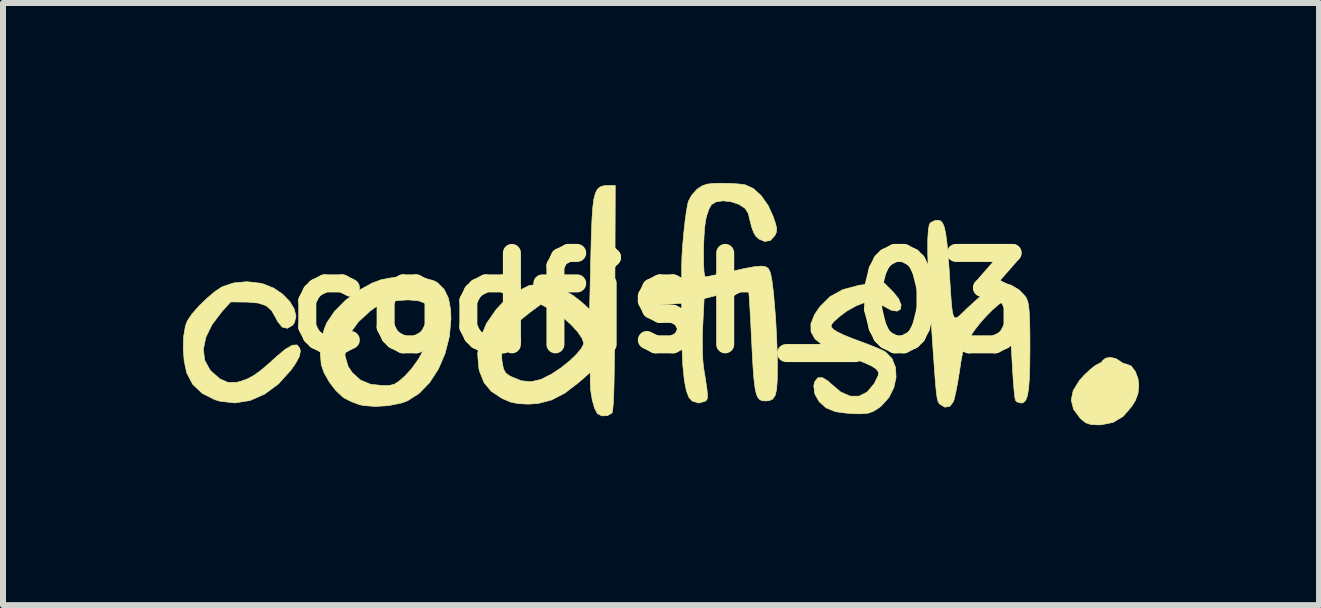
<source format=kicad_pcb>
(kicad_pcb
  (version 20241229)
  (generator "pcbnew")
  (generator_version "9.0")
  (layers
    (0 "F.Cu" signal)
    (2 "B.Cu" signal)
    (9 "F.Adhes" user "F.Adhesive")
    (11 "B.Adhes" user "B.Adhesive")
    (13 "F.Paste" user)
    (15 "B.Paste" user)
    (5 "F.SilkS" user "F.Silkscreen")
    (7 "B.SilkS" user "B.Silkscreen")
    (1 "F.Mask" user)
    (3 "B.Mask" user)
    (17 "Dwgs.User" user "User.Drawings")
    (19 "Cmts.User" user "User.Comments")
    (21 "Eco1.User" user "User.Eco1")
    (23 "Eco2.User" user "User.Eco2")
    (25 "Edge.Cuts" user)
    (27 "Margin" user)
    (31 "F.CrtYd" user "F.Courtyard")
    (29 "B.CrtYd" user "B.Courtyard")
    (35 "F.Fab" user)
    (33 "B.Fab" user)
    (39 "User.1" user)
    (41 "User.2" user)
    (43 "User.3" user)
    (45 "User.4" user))
  (footprint "codfish_03"
    (layer "F.Cu")
    (at 7.951 2.001)
    (property "Reference" "codfish_03" (at 0 0 0) (layer "F.SilkS") (effects (font (size 1.524 1.524) (thickness 0.3))))
    (attr through_hole)
    (fp_poly (pts (xy 7.598 0.925) (xy 7.656 0.962) (xy 7.726 1.008) (xy 7.767 1.016) (xy 7.853 1.049) (xy 7.924 1.138) (xy 7.971 1.265) (xy 7.983 1.38) (xy 7.97 1.51) (xy 7.925 1.628) (xy 7.865 1.725) (xy 7.722 1.891) (xy 7.557 1.99) (xy 7.36 2.03) (xy 7.306 2.032) (xy 7.183 2.025) (xy 7.098 1.997) (xy 7.02 1.934) (xy 7.006 1.92) (xy 6.896 1.772) (xy 6.857 1.619) (xy 6.89 1.459) (xy 6.995 1.29) (xy 7.079 1.198) (xy 7.176 1.107) (xy 7.258 1.042) (xy 7.308 1.016) (xy 7.309 1.016) (xy 7.364 0.987) (xy 7.379 0.962) (xy 7.428 0.921) (xy 7.506 0.907) (xy 7.598 0.925)) (stroke (width 0.01) (type solid)) (fill yes) (layer "F.SilkS"))
    (fp_poly (pts (xy -6.662 -0.33) (xy -6.601 -0.314) (xy -6.432 -0.244) (xy -6.286 -0.144) (xy -6.171 -0.025) (xy -6.096 0.1) (xy -6.067 0.223) (xy -6.093 0.33) (xy -6.123 0.37) (xy -6.21 0.422) (xy -6.294 0.403) (xy -6.37 0.313) (xy -6.401 0.252) (xy -6.473 0.126) (xy -6.565 0.045) (xy -6.695 0.001) (xy -6.876 -0.015) (xy -6.902 -0.015) (xy -7.156 -0.018) (xy -7.303 0.145) (xy -7.467 0.361) (xy -7.57 0.572) (xy -7.611 0.772) (xy -7.589 0.954) (xy -7.503 1.112) (xy -7.474 1.144) (xy -7.335 1.265) (xy -7.204 1.323) (xy -7.065 1.325) (xy -6.992 1.307) (xy -6.881 1.267) (xy -6.775 1.211) (xy -6.658 1.128) (xy -6.517 1.008) (xy -6.394 0.896) (xy -6.242 0.769) (xy -6.128 0.704) (xy -6.049 0.699) (xy -6.004 0.755) (xy -5.994 0.801) (xy -6.008 0.884) (xy -6.067 0.998) (xy -6.152 1.12) (xy -6.36 1.35) (xy -6.59 1.519) (xy -6.833 1.626) (xy -7.085 1.666) (xy -7.337 1.637) (xy -7.422 1.611) (xy -7.632 1.505) (xy -7.789 1.355) (xy -7.887 1.168) (xy -7.891 1.153) (xy -7.931 0.964) (xy -7.946 0.757) (xy -7.939 0.555) (xy -7.91 0.384) (xy -7.878 0.298) (xy -7.802 0.185) (xy -7.686 0.053) (xy -7.548 -0.081) (xy -7.411 -0.196) (xy -7.296 -0.271) (xy -7.107 -0.334) (xy -6.887 -0.355) (xy -6.662 -0.33)) (stroke (width 0.01) (type solid)) (fill yes) (layer "F.SilkS"))
    (fp_poly (pts (xy -4.098 -0.43) (xy -3.919 -0.41) (xy -3.777 -0.374) (xy -3.71 -0.34) (xy -3.597 -0.227) (xy -3.525 -0.08) (xy -3.489 0.113) (xy -3.483 0.259) (xy -3.509 0.557) (xy -3.581 0.841) (xy -3.693 1.101) (xy -3.839 1.327) (xy -4.014 1.507) (xy -4.21 1.632) (xy -4.31 1.668) (xy -4.525 1.711) (xy -4.747 1.725) (xy -4.946 1.709) (xy -5.01 1.694) (xy -5.139 1.647) (xy -5.259 1.586) (xy -5.287 1.568) (xy -5.4 1.462) (xy -5.51 1.319) (xy -5.598 1.164) (xy -5.646 1.026) (xy -5.646 1.025) (xy -5.657 0.882) (xy -5.25 0.882) (xy -5.197 1.059) (xy -5.126 1.165) (xy -4.989 1.287) (xy -4.823 1.355) (xy -4.616 1.377) (xy -4.506 1.374) (xy -4.427 1.354) (xy -4.35 1.305) (xy -4.25 1.217) (xy -4.25 1.217) (xy -4.137 1.093) (xy -4.032 0.947) (xy -3.98 0.857) (xy -3.925 0.722) (xy -3.877 0.561) (xy -3.839 0.396) (xy -3.817 0.247) (xy -3.814 0.134) (xy -3.821 0.095) (xy -3.89 0.015) (xy -4.017 -0.035) (xy -4.196 -0.052) (xy -4.374 -0.041) (xy -4.531 -0.016) (xy -4.645 0.018) (xy -4.748 0.074) (xy -4.829 0.133) (xy -5.025 0.312) (xy -5.162 0.501) (xy -5.238 0.693) (xy -5.25 0.882) (xy -5.657 0.882) (xy -5.66 0.843) (xy -5.642 0.638) (xy -5.599 0.444) (xy -5.554 0.332) (xy -5.425 0.141) (xy -5.243 -0.043) (xy -5.028 -0.206) (xy -4.798 -0.331) (xy -4.649 -0.387) (xy -4.483 -0.419) (xy -4.293 -0.433) (xy -4.098 -0.43)) (stroke (width 0.01) (type solid)) (fill yes) (layer "F.SilkS"))
    (fp_poly (pts (xy 3.885 -0.188) (xy 3.981 -0.068) (xy 4.021 0.032) (xy 4.01 0.104) (xy 3.954 0.136) (xy 3.858 0.121) (xy 3.742 0.058) (xy 3.648 0.000326) (xy 3.571 -0.033) (xy 3.551 -0.036) (xy 3.426 -0.013) (xy 3.272 0.047) (xy 3.116 0.134) (xy 2.993 0.226) (xy 2.902 0.308) (xy 2.859 0.359) (xy 2.855 0.395) (xy 2.884 0.433) (xy 2.891 0.44) (xy 2.953 0.48) (xy 3.065 0.534) (xy 3.21 0.593) (xy 3.315 0.632) (xy 3.474 0.691) (xy 3.617 0.748) (xy 3.723 0.796) (xy 3.762 0.817) (xy 3.87 0.928) (xy 3.928 1.074) (xy 3.937 1.241) (xy 3.899 1.414) (xy 3.816 1.578) (xy 3.689 1.718) (xy 3.653 1.746) (xy 3.557 1.807) (xy 3.466 1.838) (xy 3.348 1.847) (xy 3.287 1.847) (xy 3.137 1.839) (xy 2.991 1.822) (xy 2.917 1.809) (xy 2.77 1.748) (xy 2.655 1.645) (xy 2.583 1.518) (xy 2.565 1.382) (xy 2.58 1.315) (xy 2.632 1.247) (xy 2.71 1.244) (xy 2.808 1.305) (xy 2.851 1.346) (xy 3.014 1.484) (xy 3.172 1.553) (xy 3.321 1.553) (xy 3.455 1.485) (xy 3.568 1.35) (xy 3.593 1.304) (xy 3.637 1.214) (xy 3.647 1.162) (xy 3.624 1.121) (xy 3.597 1.094) (xy 3.534 1.053) (xy 3.42 1) (xy 3.275 0.942) (xy 3.182 0.909) (xy 2.913 0.808) (xy 2.715 0.705) (xy 2.584 0.597) (xy 2.519 0.479) (xy 2.517 0.347) (xy 2.576 0.198) (xy 2.665 0.064) (xy 2.835 -0.105) (xy 3.051 -0.224) (xy 3.318 -0.295) (xy 3.456 -0.312) (xy 3.736 -0.336) (xy 3.885 -0.188)) (stroke (width 0.01) (type solid)) (fill yes) (layer "F.SilkS"))
    (fp_poly (pts (xy -0.751 -0.088) (xy -0.753 0.364) (xy -0.756 0.746) (xy -0.76 1.065) (xy -0.764 1.322) (xy -0.77 1.523) (xy -0.777 1.671) (xy -0.786 1.77) (xy -0.795 1.824) (xy -0.801 1.835) (xy -0.875 1.878) (xy -0.968 1.882) (xy -1.042 1.844) (xy -1.044 1.841) (xy -1.09 1.752) (xy -1.128 1.615) (xy -1.154 1.457) (xy -1.161 1.331) (xy -1.161 1.156) (xy -1.352 1.323) (xy -1.583 1.501) (xy -1.804 1.616) (xy -2.029 1.675) (xy -2.195 1.686) (xy -2.361 1.678) (xy -2.491 1.651) (xy -2.62 1.596) (xy -2.637 1.587) (xy -2.812 1.471) (xy -2.93 1.329) (xy -3.006 1.141) (xy -3.017 1.095) (xy -3.032 0.926) (xy -2.637 0.926) (xy -2.63 0.982) (xy -2.608 1.098) (xy -2.571 1.167) (xy -2.504 1.215) (xy -2.491 1.223) (xy -2.313 1.296) (xy -2.15 1.313) (xy -1.984 1.275) (xy -1.802 1.183) (xy -1.654 1.085) (xy -1.514 0.973) (xy -1.395 0.861) (xy -1.31 0.76) (xy -1.271 0.683) (xy -1.27 0.672) (xy -1.298 0.587) (xy -1.374 0.477) (xy -1.483 0.358) (xy -1.612 0.244) (xy -1.747 0.15) (xy -1.79 0.125) (xy -1.986 0.023) (xy -2.163 0.154) (xy -2.365 0.315) (xy -2.507 0.461) (xy -2.595 0.604) (xy -2.636 0.755) (xy -2.637 0.926) (xy -3.032 0.926) (xy -3.038 0.846) (xy -2.995 0.59) (xy -2.89 0.34) (xy -2.728 0.107) (xy -2.624 -0.003) (xy -2.403 -0.18) (xy -2.187 -0.288) (xy -1.98 -0.325) (xy -1.978 -0.325) (xy -1.815 -0.3) (xy -1.63 -0.229) (xy -1.445 -0.123) (xy -1.316 -0.023) (xy -1.172 0.107) (xy -1.151 -0.815) (xy -1.143 -1.133) (xy -1.133 -1.387) (xy -1.12 -1.582) (xy -1.102 -1.727) (xy -1.076 -1.829) (xy -1.042 -1.896) (xy -0.996 -1.935) (xy -0.937 -1.954) (xy -0.863 -1.959) (xy -0.853 -1.959) (xy -0.744 -1.959) (xy -0.751 -0.088)) (stroke (width 0.01) (type solid)) (fill yes) (layer "F.SilkS"))
    (fp_poly (pts (xy 4.676 -1.369) (xy 4.711 -1.335) (xy 4.74 -1.267) (xy 4.764 -1.16) (xy 4.785 -1.004) (xy 4.805 -0.791) (xy 4.825 -0.515) (xy 4.826 -0.49) (xy 4.843 -0.224) (xy 4.857 -0.024) (xy 4.871 0.116) (xy 4.889 0.204) (xy 4.912 0.246) (xy 4.945 0.248) (xy 4.99 0.217) (xy 5.051 0.159) (xy 5.109 0.101) (xy 5.307 -0.079) (xy 5.48 -0.214) (xy 5.622 -0.297) (xy 5.729 -0.326) (xy 5.73 -0.326) (xy 5.859 -0.296) (xy 5.989 -0.218) (xy 6.091 -0.111) (xy 6.112 -0.076) (xy 6.133 -0.022) (xy 6.148 0.055) (xy 6.158 0.166) (xy 6.165 0.32) (xy 6.168 0.53) (xy 6.169 0.737) (xy 6.166 1.031) (xy 6.159 1.26) (xy 6.146 1.43) (xy 6.126 1.549) (xy 6.097 1.624) (xy 6.059 1.661) (xy 6.022 1.669) (xy 5.952 1.648) (xy 5.929 1.626) (xy 5.918 1.577) (xy 5.906 1.469) (xy 5.892 1.314) (xy 5.88 1.125) (xy 5.872 0.982) (xy 5.855 0.697) (xy 5.834 0.448) (xy 5.812 0.242) (xy 5.789 0.088) (xy 5.765 -0.006) (xy 5.752 -0.029) (xy 5.713 -0.022) (xy 5.639 0.03) (xy 5.544 0.114) (xy 5.439 0.22) (xy 5.337 0.334) (xy 5.25 0.446) (xy 5.249 0.447) (xy 5.169 0.563) (xy 5.112 0.654) (xy 5.073 0.739) (xy 5.045 0.837) (xy 5.02 0.966) (xy 4.993 1.145) (xy 4.988 1.175) (xy 4.961 1.342) (xy 4.932 1.491) (xy 4.906 1.602) (xy 4.894 1.642) (xy 4.833 1.723) (xy 4.751 1.737) (xy 4.668 1.688) (xy 4.654 1.672) (xy 4.641 1.651) (xy 4.63 1.619) (xy 4.619 1.568) (xy 4.609 1.491) (xy 4.598 1.382) (xy 4.586 1.233) (xy 4.572 1.037) (xy 4.554 0.787) (xy 4.533 0.476) (xy 4.519 0.254) (xy 4.492 -0.175) (xy 4.474 -0.535) (xy 4.465 -0.826) (xy 4.465 -1.05) (xy 4.474 -1.209) (xy 4.491 -1.306) (xy 4.507 -1.335) (xy 4.576 -1.371) (xy 4.632 -1.379) (xy 4.676 -1.369)) (stroke (width 0.01) (type solid)) (fill yes) (layer "F.SilkS"))
    (fp_poly (pts (xy 1.176 -1.993) (xy 1.316 -1.984) (xy 1.414 -1.972) (xy 1.416 -1.972) (xy 1.555 -1.91) (xy 1.689 -1.789) (xy 1.806 -1.622) (xy 1.884 -1.451) (xy 1.928 -1.323) (xy 1.947 -1.24) (xy 1.942 -1.18) (xy 1.918 -1.126) (xy 1.841 -1.041) (xy 1.745 -1.026) (xy 1.651 -1.067) (xy 1.603 -1.108) (xy 1.565 -1.17) (xy 1.529 -1.268) (xy 1.491 -1.416) (xy 1.474 -1.493) (xy 1.421 -1.577) (xy 1.319 -1.644) (xy 1.189 -1.687) (xy 1.053 -1.703) (xy 0.933 -1.685) (xy 0.859 -1.639) (xy 0.818 -1.567) (xy 0.779 -1.453) (xy 0.762 -1.38) (xy 0.747 -1.267) (xy 0.736 -1.12) (xy 0.729 -0.957) (xy 0.727 -0.793) (xy 0.729 -0.643) (xy 0.735 -0.524) (xy 0.747 -0.451) (xy 0.757 -0.435) (xy 0.803 -0.443) (xy 0.905 -0.464) (xy 1.045 -0.494) (xy 1.19 -0.526) (xy 1.412 -0.575) (xy 1.574 -0.605) (xy 1.687 -0.615) (xy 1.76 -0.606) (xy 1.806 -0.576) (xy 1.834 -0.525) (xy 1.847 -0.481) (xy 1.869 -0.367) (xy 1.89 -0.195) (xy 1.91 0.02) (xy 1.929 0.262) (xy 1.943 0.518) (xy 1.954 0.771) (xy 1.959 1.007) (xy 1.959 1.075) (xy 1.956 1.29) (xy 1.945 1.443) (xy 1.921 1.543) (xy 1.881 1.601) (xy 1.822 1.628) (xy 1.762 1.633) (xy 1.708 1.629) (xy 1.666 1.612) (xy 1.632 1.574) (xy 1.605 1.508) (xy 1.584 1.405) (xy 1.567 1.26) (xy 1.552 1.063) (xy 1.538 0.808) (xy 1.525 0.549) (xy 1.514 0.325) (xy 1.503 0.127) (xy 1.493 -0.034) (xy 1.485 -0.146) (xy 1.479 -0.2) (xy 1.478 -0.203) (xy 1.437 -0.205) (xy 1.345 -0.195) (xy 1.222 -0.177) (xy 1.086 -0.154) (xy 0.957 -0.128) (xy 0.867 -0.107) (xy 0.737 -0.073) (xy 0.714 0.39) (xy 0.708 0.59) (xy 0.709 0.787) (xy 0.716 0.957) (xy 0.727 1.07) (xy 0.76 1.276) (xy 0.782 1.422) (xy 0.792 1.519) (xy 0.792 1.579) (xy 0.782 1.613) (xy 0.764 1.632) (xy 0.758 1.636) (xy 0.648 1.668) (xy 0.543 1.636) (xy 0.486 1.578) (xy 0.442 1.467) (xy 0.407 1.287) (xy 0.382 1.041) (xy 0.368 0.732) (xy 0.364 0.483) (xy 0.363 0.004) (xy 0.103 0.026) (xy -0.036 0.035) (xy -0.122 0.032) (xy -0.172 0.014) (xy -0.205 -0.019) (xy -0.244 -0.083) (xy -0.254 -0.113) (xy -0.219 -0.176) (xy -0.116 -0.242) (xy 0.048 -0.307) (xy 0.11 -0.327) (xy 0.363 -0.402) (xy 0.363 -0.615) (xy 0.367 -0.774) (xy 0.38 -0.965) (xy 0.398 -1.168) (xy 0.419 -1.364) (xy 0.443 -1.535) (xy 0.466 -1.66) (xy 0.476 -1.697) (xy 0.531 -1.798) (xy 0.616 -1.893) (xy 0.632 -1.905) (xy 0.706 -1.954) (xy 0.784 -1.981) (xy 0.89 -1.993) (xy 1.024 -1.996) (xy 1.176 -1.993)) (stroke (width 0.01) (type solid)) (fill yes) (layer "F.SilkS")))
  (gr_rect
    (start -3 -3)
    (end 18.939 7.038)
    (stroke (width 0.1) (type default))
    (fill no)
    (layer "Edge.Cuts")))
</source>
